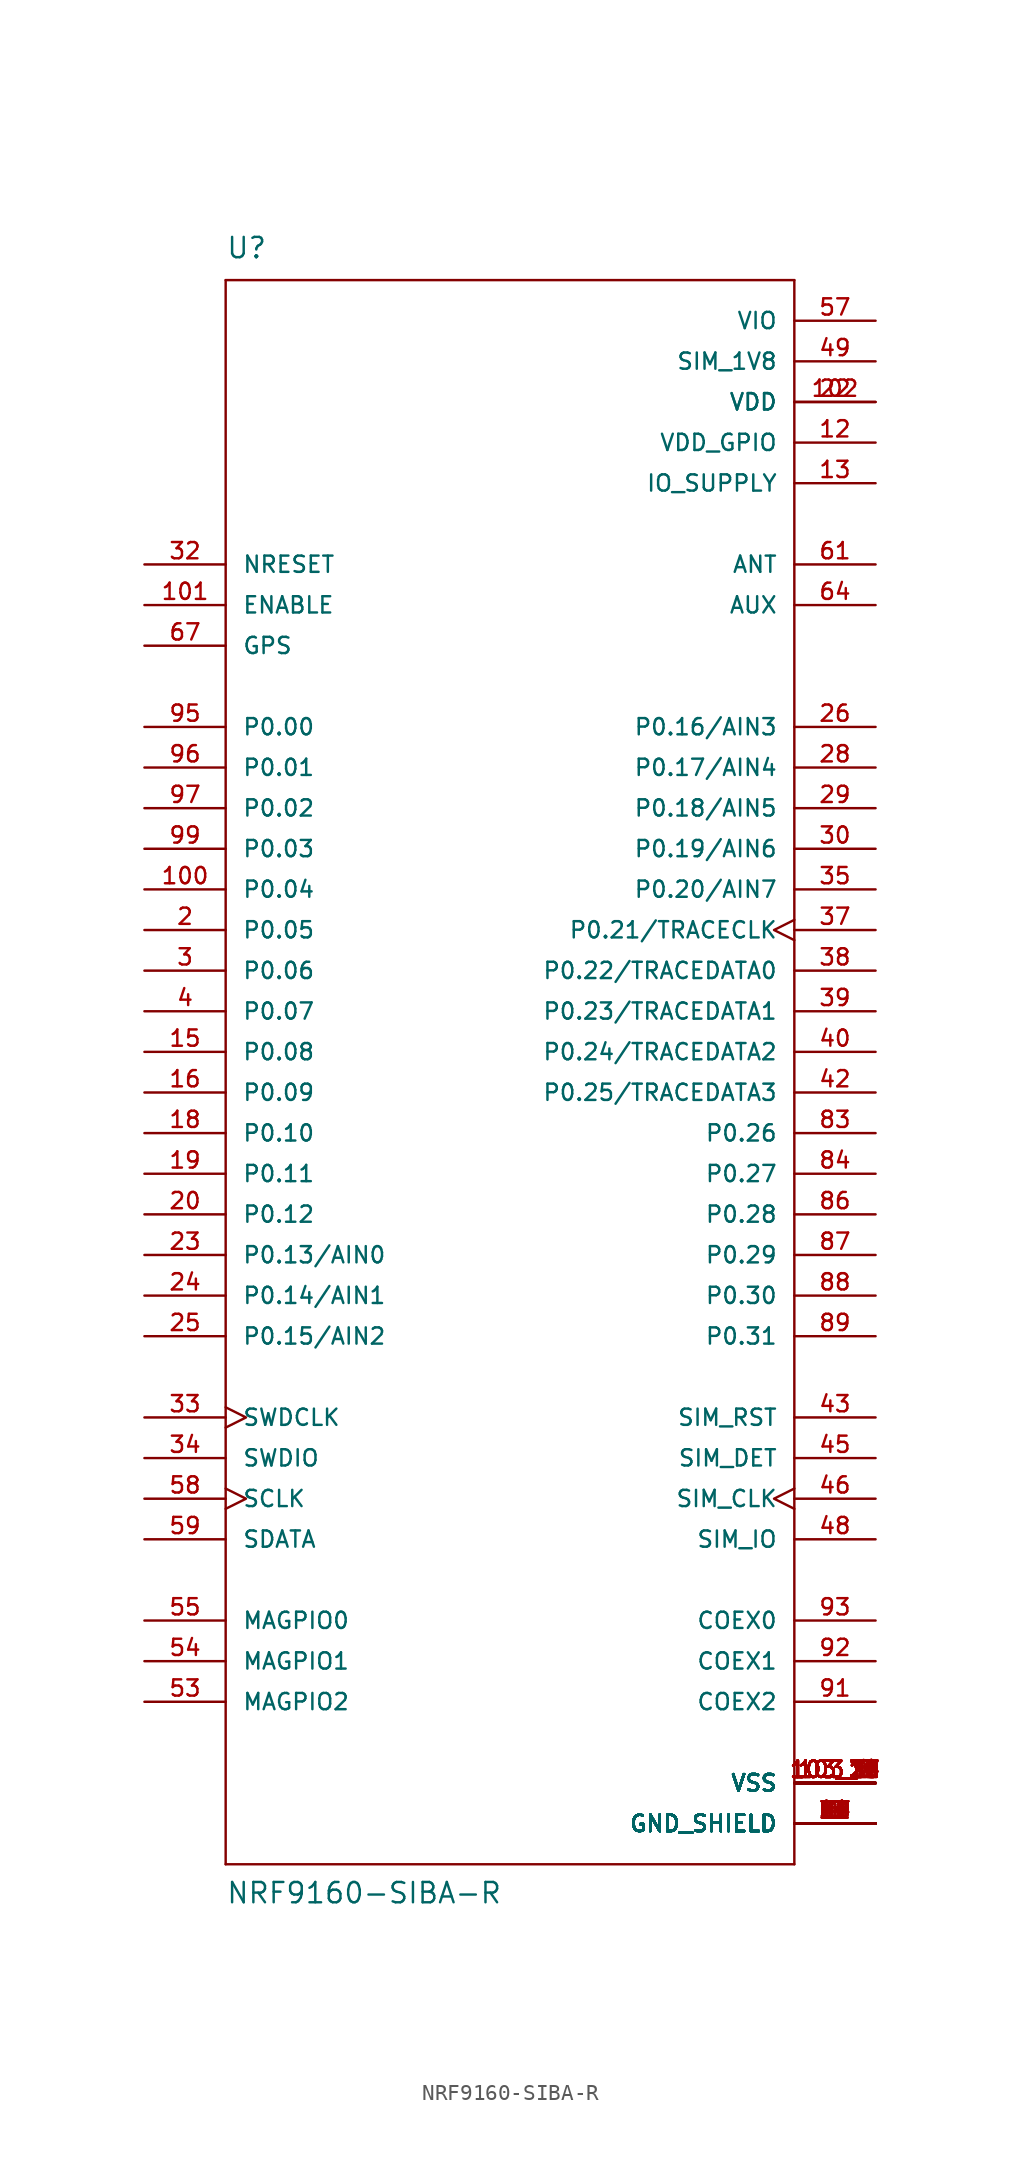
<source format=kicad_sym>
(kicad_symbol_lib
  (version 20211014)
  (generator kicad_symbol_editor)
  (symbol "NRF9160-SIBA-R"
    (pin_names
      (offset 1.016))
    (property "Reference" "U"
      (at -17.78 52.07 0)
      (effects (font (size 1.27 1.27)) (justify left bottom)))
    (property "Value" "NRF9160-SIBA-R"
      (at -17.78 -50.8 0)
      (effects (font (size 1.27 1.27)) (justify left bottom)))
    (symbol "NRF9160-SIBA-R_0_0"
      (polyline (pts (xy -17.78 -48.26) (xy -17.78 50.8)) (stroke (width 0.152) (type default) (color 0 0 0 0)) (fill (type none)))
      (polyline (pts (xy -17.78 50.8) (xy 17.78 50.8)) (stroke (width 0.152) (type default) (color 0 0 0 0)) (fill (type none)))
      (polyline (pts (xy 17.78 -48.26) (xy -17.78 -48.26)) (stroke (width 0.152) (type default) (color 0 0 0 0)) (fill (type none)))
      (polyline (pts (xy 17.78 50.8) (xy 17.78 -48.26)) (stroke (width 0.152) (type default) (color 0 0 0 0)) (fill (type none)))
      (pin power_in line (at 22.86 -45.72 180) (length 5.08) (name "GND_SHIELD" (effects (font (size 1.016 1.016)))) (number "1" (effects (font (size 1.016 1.016)))))
      (pin bidirectional line (at -22.86 12.7 0) (length 5.08) (name "P0.04" (effects (font (size 1.016 1.016)))) (number "100" (effects (font (size 1.016 1.016)))))
      (pin input line (at -22.86 30.48 0) (length 5.08) (name "ENABLE" (effects (font (size 1.016 1.016)))) (number "101" (effects (font (size 1.016 1.016)))))
      (pin power_in line (at 22.86 43.18 180) (length 5.08) (name "VDD" (effects (font (size 1.016 1.016)))) (number "102" (effects (font (size 1.016 1.016)))))
      (pin power_in line (at 22.86 -43.18 180) (length 5.08) (name "VSS" (effects (font (size 1.016 1.016)))) (number "103_1" (effects (font (size 1.016 1.016)))))
      (pin power_in line (at 22.86 -43.18 180) (length 5.08) (name "VSS" (effects (font (size 1.016 1.016)))) (number "103_10" (effects (font (size 1.016 1.016)))))
      (pin power_in line (at 22.86 -43.18 180) (length 5.08) (name "VSS" (effects (font (size 1.016 1.016)))) (number "103_11" (effects (font (size 1.016 1.016)))))
      (pin power_in line (at 22.86 -43.18 180) (length 5.08) (name "VSS" (effects (font (size 1.016 1.016)))) (number "103_12" (effects (font (size 1.016 1.016)))))
      (pin power_in line (at 22.86 -43.18 180) (length 5.08) (name "VSS" (effects (font (size 1.016 1.016)))) (number "103_13" (effects (font (size 1.016 1.016)))))
      (pin power_in line (at 22.86 -43.18 180) (length 5.08) (name "VSS" (effects (font (size 1.016 1.016)))) (number "103_14" (effects (font (size 1.016 1.016)))))
      (pin power_in line (at 22.86 -43.18 180) (length 5.08) (name "VSS" (effects (font (size 1.016 1.016)))) (number "103_15" (effects (font (size 1.016 1.016)))))
      (pin power_in line (at 22.86 -43.18 180) (length 5.08) (name "VSS" (effects (font (size 1.016 1.016)))) (number "103_16" (effects (font (size 1.016 1.016)))))
      (pin power_in line (at 22.86 -43.18 180) (length 5.08) (name "VSS" (effects (font (size 1.016 1.016)))) (number "103_17" (effects (font (size 1.016 1.016)))))
      (pin power_in line (at 22.86 -43.18 180) (length 5.08) (name "VSS" (effects (font (size 1.016 1.016)))) (number "103_18" (effects (font (size 1.016 1.016)))))
      (pin power_in line (at 22.86 -43.18 180) (length 5.08) (name "VSS" (effects (font (size 1.016 1.016)))) (number "103_19" (effects (font (size 1.016 1.016)))))
      (pin power_in line (at 22.86 -43.18 180) (length 5.08) (name "VSS" (effects (font (size 1.016 1.016)))) (number "103_2" (effects (font (size 1.016 1.016)))))
      (pin power_in line (at 22.86 -43.18 180) (length 5.08) (name "VSS" (effects (font (size 1.016 1.016)))) (number "103_20" (effects (font (size 1.016 1.016)))))
      (pin power_in line (at 22.86 -43.18 180) (length 5.08) (name "VSS" (effects (font (size 1.016 1.016)))) (number "103_21" (effects (font (size 1.016 1.016)))))
      (pin power_in line (at 22.86 -43.18 180) (length 5.08) (name "VSS" (effects (font (size 1.016 1.016)))) (number "103_22" (effects (font (size 1.016 1.016)))))
      (pin power_in line (at 22.86 -43.18 180) (length 5.08) (name "VSS" (effects (font (size 1.016 1.016)))) (number "103_23" (effects (font (size 1.016 1.016)))))
      (pin power_in line (at 22.86 -43.18 180) (length 5.08) (name "VSS" (effects (font (size 1.016 1.016)))) (number "103_24" (effects (font (size 1.016 1.016)))))
      (pin power_in line (at 22.86 -43.18 180) (length 5.08) (name "VSS" (effects (font (size 1.016 1.016)))) (number "103_25" (effects (font (size 1.016 1.016)))))
      (pin power_in line (at 22.86 -43.18 180) (length 5.08) (name "VSS" (effects (font (size 1.016 1.016)))) (number "103_26" (effects (font (size 1.016 1.016)))))
      (pin power_in line (at 22.86 -43.18 180) (length 5.08) (name "VSS" (effects (font (size 1.016 1.016)))) (number "103_27" (effects (font (size 1.016 1.016)))))
      (pin power_in line (at 22.86 -43.18 180) (length 5.08) (name "VSS" (effects (font (size 1.016 1.016)))) (number "103_28" (effects (font (size 1.016 1.016)))))
      (pin power_in line (at 22.86 -43.18 180) (length 5.08) (name "VSS" (effects (font (size 1.016 1.016)))) (number "103_29" (effects (font (size 1.016 1.016)))))
      (pin power_in line (at 22.86 -43.18 180) (length 5.08) (name "VSS" (effects (font (size 1.016 1.016)))) (number "103_3" (effects (font (size 1.016 1.016)))))
      (pin power_in line (at 22.86 -43.18 180) (length 5.08) (name "VSS" (effects (font (size 1.016 1.016)))) (number "103_30" (effects (font (size 1.016 1.016)))))
      (pin power_in line (at 22.86 -43.18 180) (length 5.08) (name "VSS" (effects (font (size 1.016 1.016)))) (number "103_31" (effects (font (size 1.016 1.016)))))
      (pin power_in line (at 22.86 -43.18 180) (length 5.08) (name "VSS" (effects (font (size 1.016 1.016)))) (number "103_32" (effects (font (size 1.016 1.016)))))
      (pin power_in line (at 22.86 -43.18 180) (length 5.08) (name "VSS" (effects (font (size 1.016 1.016)))) (number "103_33" (effects (font (size 1.016 1.016)))))
      (pin power_in line (at 22.86 -43.18 180) (length 5.08) (name "VSS" (effects (font (size 1.016 1.016)))) (number "103_34" (effects (font (size 1.016 1.016)))))
      (pin power_in line (at 22.86 -43.18 180) (length 5.08) (name "VSS" (effects (font (size 1.016 1.016)))) (number "103_35" (effects (font (size 1.016 1.016)))))
      (pin power_in line (at 22.86 -43.18 180) (length 5.08) (name "VSS" (effects (font (size 1.016 1.016)))) (number "103_4" (effects (font (size 1.016 1.016)))))
      (pin power_in line (at 22.86 -43.18 180) (length 5.08) (name "VSS" (effects (font (size 1.016 1.016)))) (number "103_5" (effects (font (size 1.016 1.016)))))
      (pin power_in line (at 22.86 -43.18 180) (length 5.08) (name "VSS" (effects (font (size 1.016 1.016)))) (number "103_6" (effects (font (size 1.016 1.016)))))
      (pin power_in line (at 22.86 -43.18 180) (length 5.08) (name "VSS" (effects (font (size 1.016 1.016)))) (number "103_7" (effects (font (size 1.016 1.016)))))
      (pin power_in line (at 22.86 -43.18 180) (length 5.08) (name "VSS" (effects (font (size 1.016 1.016)))) (number "103_8" (effects (font (size 1.016 1.016)))))
      (pin power_in line (at 22.86 -43.18 180) (length 5.08) (name "VSS" (effects (font (size 1.016 1.016)))) (number "103_9" (effects (font (size 1.016 1.016)))))
      (pin power_in line (at 22.86 40.64 180) (length 5.08) (name "VDD_GPIO" (effects (font (size 1.016 1.016)))) (number "12" (effects (font (size 1.016 1.016)))))
      (pin power_in line (at 22.86 38.1 180) (length 5.08) (name "IO_SUPPLY" (effects (font (size 1.016 1.016)))) (number "13" (effects (font (size 1.016 1.016)))))
      (pin power_in line (at 22.86 -45.72 180) (length 5.08) (name "GND_SHIELD" (effects (font (size 1.016 1.016)))) (number "14" (effects (font (size 1.016 1.016)))))
      (pin bidirectional line (at -22.86 2.54 0) (length 5.08) (name "P0.08" (effects (font (size 1.016 1.016)))) (number "15" (effects (font (size 1.016 1.016)))))
      (pin bidirectional line (at -22.86 0 0) (length 5.08) (name "P0.09" (effects (font (size 1.016 1.016)))) (number "16" (effects (font (size 1.016 1.016)))))
      (pin power_in line (at 22.86 -45.72 180) (length 5.08) (name "GND_SHIELD" (effects (font (size 1.016 1.016)))) (number "17" (effects (font (size 1.016 1.016)))))
      (pin bidirectional line (at -22.86 -2.54 0) (length 5.08) (name "P0.10" (effects (font (size 1.016 1.016)))) (number "18" (effects (font (size 1.016 1.016)))))
      (pin bidirectional line (at -22.86 -5.08 0) (length 5.08) (name "P0.11" (effects (font (size 1.016 1.016)))) (number "19" (effects (font (size 1.016 1.016)))))
      (pin bidirectional line (at -22.86 10.16 0) (length 5.08) (name "P0.05" (effects (font (size 1.016 1.016)))) (number "2" (effects (font (size 1.016 1.016)))))
      (pin bidirectional line (at -22.86 -7.62 0) (length 5.08) (name "P0.12" (effects (font (size 1.016 1.016)))) (number "20" (effects (font (size 1.016 1.016)))))
      (pin power_in line (at 22.86 -45.72 180) (length 5.08) (name "GND_SHIELD" (effects (font (size 1.016 1.016)))) (number "21" (effects (font (size 1.016 1.016)))))
      (pin power_in line (at 22.86 43.18 180) (length 5.08) (name "VDD" (effects (font (size 1.016 1.016)))) (number "22" (effects (font (size 1.016 1.016)))))
      (pin bidirectional line (at -22.86 -10.16 0) (length 5.08) (name "P0.13/AIN0" (effects (font (size 1.016 1.016)))) (number "23" (effects (font (size 1.016 1.016)))))
      (pin bidirectional line (at -22.86 -12.7 0) (length 5.08) (name "P0.14/AIN1" (effects (font (size 1.016 1.016)))) (number "24" (effects (font (size 1.016 1.016)))))
      (pin bidirectional line (at -22.86 -15.24 0) (length 5.08) (name "P0.15/AIN2" (effects (font (size 1.016 1.016)))) (number "25" (effects (font (size 1.016 1.016)))))
      (pin bidirectional line (at 22.86 22.86 180) (length 5.08) (name "P0.16/AIN3" (effects (font (size 1.016 1.016)))) (number "26" (effects (font (size 1.016 1.016)))))
      (pin power_in line (at 22.86 -45.72 180) (length 5.08) (name "GND_SHIELD" (effects (font (size 1.016 1.016)))) (number "27" (effects (font (size 1.016 1.016)))))
      (pin bidirectional line (at 22.86 20.32 180) (length 5.08) (name "P0.17/AIN4" (effects (font (size 1.016 1.016)))) (number "28" (effects (font (size 1.016 1.016)))))
      (pin bidirectional line (at 22.86 17.78 180) (length 5.08) (name "P0.18/AIN5" (effects (font (size 1.016 1.016)))) (number "29" (effects (font (size 1.016 1.016)))))
      (pin bidirectional line (at -22.86 7.62 0) (length 5.08) (name "P0.06" (effects (font (size 1.016 1.016)))) (number "3" (effects (font (size 1.016 1.016)))))
      (pin bidirectional line (at 22.86 15.24 180) (length 5.08) (name "P0.19/AIN6" (effects (font (size 1.016 1.016)))) (number "30" (effects (font (size 1.016 1.016)))))
      (pin power_in line (at 22.86 -45.72 180) (length 5.08) (name "GND_SHIELD" (effects (font (size 1.016 1.016)))) (number "31" (effects (font (size 1.016 1.016)))))
      (pin bidirectional line (at -22.86 33.02 0) (length 5.08) (name "NRESET" (effects (font (size 1.016 1.016)))) (number "32" (effects (font (size 1.016 1.016)))))
      (pin input clock (at -22.86 -20.32 0) (length 5.08) (name "SWDCLK" (effects (font (size 1.016 1.016)))) (number "33" (effects (font (size 1.016 1.016)))))
      (pin bidirectional line (at -22.86 -22.86 0) (length 5.08) (name "SWDIO" (effects (font (size 1.016 1.016)))) (number "34" (effects (font (size 1.016 1.016)))))
      (pin bidirectional line (at 22.86 12.7 180) (length 5.08) (name "P0.20/AIN7" (effects (font (size 1.016 1.016)))) (number "35" (effects (font (size 1.016 1.016)))))
      (pin power_in line (at 22.86 -45.72 180) (length 5.08) (name "GND_SHIELD" (effects (font (size 1.016 1.016)))) (number "36" (effects (font (size 1.016 1.016)))))
      (pin bidirectional clock (at 22.86 10.16 180) (length 5.08) (name "P0.21/TRACECLK" (effects (font (size 1.016 1.016)))) (number "37" (effects (font (size 1.016 1.016)))))
      (pin bidirectional line (at 22.86 7.62 180) (length 5.08) (name "P0.22/TRACEDATA0" (effects (font (size 1.016 1.016)))) (number "38" (effects (font (size 1.016 1.016)))))
      (pin bidirectional line (at 22.86 5.08 180) (length 5.08) (name "P0.23/TRACEDATA1" (effects (font (size 1.016 1.016)))) (number "39" (effects (font (size 1.016 1.016)))))
      (pin bidirectional line (at -22.86 5.08 0) (length 5.08) (name "P0.07" (effects (font (size 1.016 1.016)))) (number "4" (effects (font (size 1.016 1.016)))))
      (pin bidirectional line (at 22.86 2.54 180) (length 5.08) (name "P0.24/TRACEDATA2" (effects (font (size 1.016 1.016)))) (number "40" (effects (font (size 1.016 1.016)))))
      (pin power_in line (at 22.86 -45.72 180) (length 5.08) (name "GND_SHIELD" (effects (font (size 1.016 1.016)))) (number "41" (effects (font (size 1.016 1.016)))))
      (pin bidirectional line (at 22.86 0 180) (length 5.08) (name "P0.25/TRACEDATA3" (effects (font (size 1.016 1.016)))) (number "42" (effects (font (size 1.016 1.016)))))
      (pin bidirectional line (at 22.86 -20.32 180) (length 5.08) (name "SIM_RST" (effects (font (size 1.016 1.016)))) (number "43" (effects (font (size 1.016 1.016)))))
      (pin power_in line (at 22.86 -45.72 180) (length 5.08) (name "GND_SHIELD" (effects (font (size 1.016 1.016)))) (number "44" (effects (font (size 1.016 1.016)))))
      (pin bidirectional line (at 22.86 -22.86 180) (length 5.08) (name "SIM_DET" (effects (font (size 1.016 1.016)))) (number "45" (effects (font (size 1.016 1.016)))))
      (pin bidirectional clock (at 22.86 -25.4 180) (length 5.08) (name "SIM_CLK" (effects (font (size 1.016 1.016)))) (number "46" (effects (font (size 1.016 1.016)))))
      (pin power_in line (at 22.86 -45.72 180) (length 5.08) (name "GND_SHIELD" (effects (font (size 1.016 1.016)))) (number "47" (effects (font (size 1.016 1.016)))))
      (pin bidirectional line (at 22.86 -27.94 180) (length 5.08) (name "SIM_IO" (effects (font (size 1.016 1.016)))) (number "48" (effects (font (size 1.016 1.016)))))
      (pin power_in line (at 22.86 45.72 180) (length 5.08) (name "SIM_1V8" (effects (font (size 1.016 1.016)))) (number "49" (effects (font (size 1.016 1.016)))))
      (pin power_in line (at 22.86 -45.72 180) (length 5.08) (name "GND_SHIELD" (effects (font (size 1.016 1.016)))) (number "5" (effects (font (size 1.016 1.016)))))
      (pin power_in line (at 22.86 -45.72 180) (length 5.08) (name "GND_SHIELD" (effects (font (size 1.016 1.016)))) (number "50" (effects (font (size 1.016 1.016)))))
      (pin power_in line (at 22.86 -45.72 180) (length 5.08) (name "GND_SHIELD" (effects (font (size 1.016 1.016)))) (number "52" (effects (font (size 1.016 1.016)))))
      (pin bidirectional line (at -22.86 -38.1 0) (length 5.08) (name "MAGPIO2" (effects (font (size 1.016 1.016)))) (number "53" (effects (font (size 1.016 1.016)))))
      (pin bidirectional line (at -22.86 -35.56 0) (length 5.08) (name "MAGPIO1" (effects (font (size 1.016 1.016)))) (number "54" (effects (font (size 1.016 1.016)))))
      (pin bidirectional line (at -22.86 -33.02 0) (length 5.08) (name "MAGPIO0" (effects (font (size 1.016 1.016)))) (number "55" (effects (font (size 1.016 1.016)))))
      (pin power_in line (at 22.86 -45.72 180) (length 5.08) (name "GND_SHIELD" (effects (font (size 1.016 1.016)))) (number "56" (effects (font (size 1.016 1.016)))))
      (pin power_in line (at 22.86 48.26 180) (length 5.08) (name "VIO" (effects (font (size 1.016 1.016)))) (number "57" (effects (font (size 1.016 1.016)))))
      (pin bidirectional clock (at -22.86 -25.4 0) (length 5.08) (name "SCLK" (effects (font (size 1.016 1.016)))) (number "58" (effects (font (size 1.016 1.016)))))
      (pin bidirectional line (at -22.86 -27.94 0) (length 5.08) (name "SDATA" (effects (font (size 1.016 1.016)))) (number "59" (effects (font (size 1.016 1.016)))))
      (pin power_in line (at 22.86 -45.72 180) (length 5.08) (name "GND_SHIELD" (effects (font (size 1.016 1.016)))) (number "6" (effects (font (size 1.016 1.016)))))
      (pin power_in line (at 22.86 -45.72 180) (length 5.08) (name "GND_SHIELD" (effects (font (size 1.016 1.016)))) (number "60" (effects (font (size 1.016 1.016)))))
      (pin output line (at 22.86 33.02 180) (length 5.08) (name "ANT" (effects (font (size 1.016 1.016)))) (number "61" (effects (font (size 1.016 1.016)))))
      (pin power_in line (at 22.86 -45.72 180) (length 5.08) (name "GND_SHIELD" (effects (font (size 1.016 1.016)))) (number "62" (effects (font (size 1.016 1.016)))))
      (pin power_in line (at 22.86 -45.72 180) (length 5.08) (name "GND_SHIELD" (effects (font (size 1.016 1.016)))) (number "63" (effects (font (size 1.016 1.016)))))
      (pin output line (at 22.86 30.48 180) (length 5.08) (name "AUX" (effects (font (size 1.016 1.016)))) (number "64" (effects (font (size 1.016 1.016)))))
      (pin power_in line (at 22.86 -45.72 180) (length 5.08) (name "GND_SHIELD" (effects (font (size 1.016 1.016)))) (number "65" (effects (font (size 1.016 1.016)))))
      (pin power_in line (at 22.86 -45.72 180) (length 5.08) (name "GND_SHIELD" (effects (font (size 1.016 1.016)))) (number "66" (effects (font (size 1.016 1.016)))))
      (pin input line (at -22.86 27.94 0) (length 5.08) (name "GPS" (effects (font (size 1.016 1.016)))) (number "67" (effects (font (size 1.016 1.016)))))
      (pin power_in line (at 22.86 -45.72 180) (length 5.08) (name "GND_SHIELD" (effects (font (size 1.016 1.016)))) (number "68" (effects (font (size 1.016 1.016)))))
      (pin power_in line (at 22.86 -45.72 180) (length 5.08) (name "GND_SHIELD" (effects (font (size 1.016 1.016)))) (number "69" (effects (font (size 1.016 1.016)))))
      (pin power_in line (at 22.86 -45.72 180) (length 5.08) (name "GND_SHIELD" (effects (font (size 1.016 1.016)))) (number "7" (effects (font (size 1.016 1.016)))))
      (pin power_in line (at 22.86 -45.72 180) (length 5.08) (name "GND_SHIELD" (effects (font (size 1.016 1.016)))) (number "72" (effects (font (size 1.016 1.016)))))
      (pin power_in line (at 22.86 -45.72 180) (length 5.08) (name "GND_SHIELD" (effects (font (size 1.016 1.016)))) (number "74" (effects (font (size 1.016 1.016)))))
      (pin power_in line (at 22.86 -45.72 180) (length 5.08) (name "GND_SHIELD" (effects (font (size 1.016 1.016)))) (number "75" (effects (font (size 1.016 1.016)))))
      (pin power_in line (at 22.86 -45.72 180) (length 5.08) (name "GND_SHIELD" (effects (font (size 1.016 1.016)))) (number "76" (effects (font (size 1.016 1.016)))))
      (pin power_in line (at 22.86 -45.72 180) (length 5.08) (name "GND_SHIELD" (effects (font (size 1.016 1.016)))) (number "77" (effects (font (size 1.016 1.016)))))
      (pin power_in line (at 22.86 -45.72 180) (length 5.08) (name "GND_SHIELD" (effects (font (size 1.016 1.016)))) (number "78" (effects (font (size 1.016 1.016)))))
      (pin power_in line (at 22.86 -45.72 180) (length 5.08) (name "GND_SHIELD" (effects (font (size 1.016 1.016)))) (number "79" (effects (font (size 1.016 1.016)))))
      (pin power_in line (at 22.86 -45.72 180) (length 5.08) (name "GND_SHIELD" (effects (font (size 1.016 1.016)))) (number "8" (effects (font (size 1.016 1.016)))))
      (pin power_in line (at 22.86 -45.72 180) (length 5.08) (name "GND_SHIELD" (effects (font (size 1.016 1.016)))) (number "80" (effects (font (size 1.016 1.016)))))
      (pin power_in line (at 22.86 -45.72 180) (length 5.08) (name "GND_SHIELD" (effects (font (size 1.016 1.016)))) (number "81" (effects (font (size 1.016 1.016)))))
      (pin power_in line (at 22.86 -45.72 180) (length 5.08) (name "GND_SHIELD" (effects (font (size 1.016 1.016)))) (number "82" (effects (font (size 1.016 1.016)))))
      (pin bidirectional line (at 22.86 -2.54 180) (length 5.08) (name "P0.26" (effects (font (size 1.016 1.016)))) (number "83" (effects (font (size 1.016 1.016)))))
      (pin bidirectional line (at 22.86 -5.08 180) (length 5.08) (name "P0.27" (effects (font (size 1.016 1.016)))) (number "84" (effects (font (size 1.016 1.016)))))
      (pin power_in line (at 22.86 -45.72 180) (length 5.08) (name "GND_SHIELD" (effects (font (size 1.016 1.016)))) (number "85" (effects (font (size 1.016 1.016)))))
      (pin bidirectional line (at 22.86 -7.62 180) (length 5.08) (name "P0.28" (effects (font (size 1.016 1.016)))) (number "86" (effects (font (size 1.016 1.016)))))
      (pin bidirectional line (at 22.86 -10.16 180) (length 5.08) (name "P0.29" (effects (font (size 1.016 1.016)))) (number "87" (effects (font (size 1.016 1.016)))))
      (pin bidirectional line (at 22.86 -12.7 180) (length 5.08) (name "P0.30" (effects (font (size 1.016 1.016)))) (number "88" (effects (font (size 1.016 1.016)))))
      (pin bidirectional line (at 22.86 -15.24 180) (length 5.08) (name "P0.31" (effects (font (size 1.016 1.016)))) (number "89" (effects (font (size 1.016 1.016)))))
      (pin power_in line (at 22.86 -45.72 180) (length 5.08) (name "GND_SHIELD" (effects (font (size 1.016 1.016)))) (number "9" (effects (font (size 1.016 1.016)))))
      (pin power_in line (at 22.86 -45.72 180) (length 5.08) (name "GND_SHIELD" (effects (font (size 1.016 1.016)))) (number "90" (effects (font (size 1.016 1.016)))))
      (pin bidirectional line (at 22.86 -38.1 180) (length 5.08) (name "COEX2" (effects (font (size 1.016 1.016)))) (number "91" (effects (font (size 1.016 1.016)))))
      (pin bidirectional line (at 22.86 -35.56 180) (length 5.08) (name "COEX1" (effects (font (size 1.016 1.016)))) (number "92" (effects (font (size 1.016 1.016)))))
      (pin bidirectional line (at 22.86 -33.02 180) (length 5.08) (name "COEX0" (effects (font (size 1.016 1.016)))) (number "93" (effects (font (size 1.016 1.016)))))
      (pin power_in line (at 22.86 -45.72 180) (length 5.08) (name "GND_SHIELD" (effects (font (size 1.016 1.016)))) (number "94" (effects (font (size 1.016 1.016)))))
      (pin bidirectional line (at -22.86 22.86 0) (length 5.08) (name "P0.00" (effects (font (size 1.016 1.016)))) (number "95" (effects (font (size 1.016 1.016)))))
      (pin bidirectional line (at -22.86 20.32 0) (length 5.08) (name "P0.01" (effects (font (size 1.016 1.016)))) (number "96" (effects (font (size 1.016 1.016)))))
      (pin bidirectional line (at -22.86 17.78 0) (length 5.08) (name "P0.02" (effects (font (size 1.016 1.016)))) (number "97" (effects (font (size 1.016 1.016)))))
      (pin power_in line (at 22.86 -45.72 180) (length 5.08) (name "GND_SHIELD" (effects (font (size 1.016 1.016)))) (number "98" (effects (font (size 1.016 1.016)))))
      (pin bidirectional line (at -22.86 15.24 0) (length 5.08) (name "P0.03" (effects (font (size 1.016 1.016)))) (number "99" (effects (font (size 1.016 1.016))))))))
</source>
